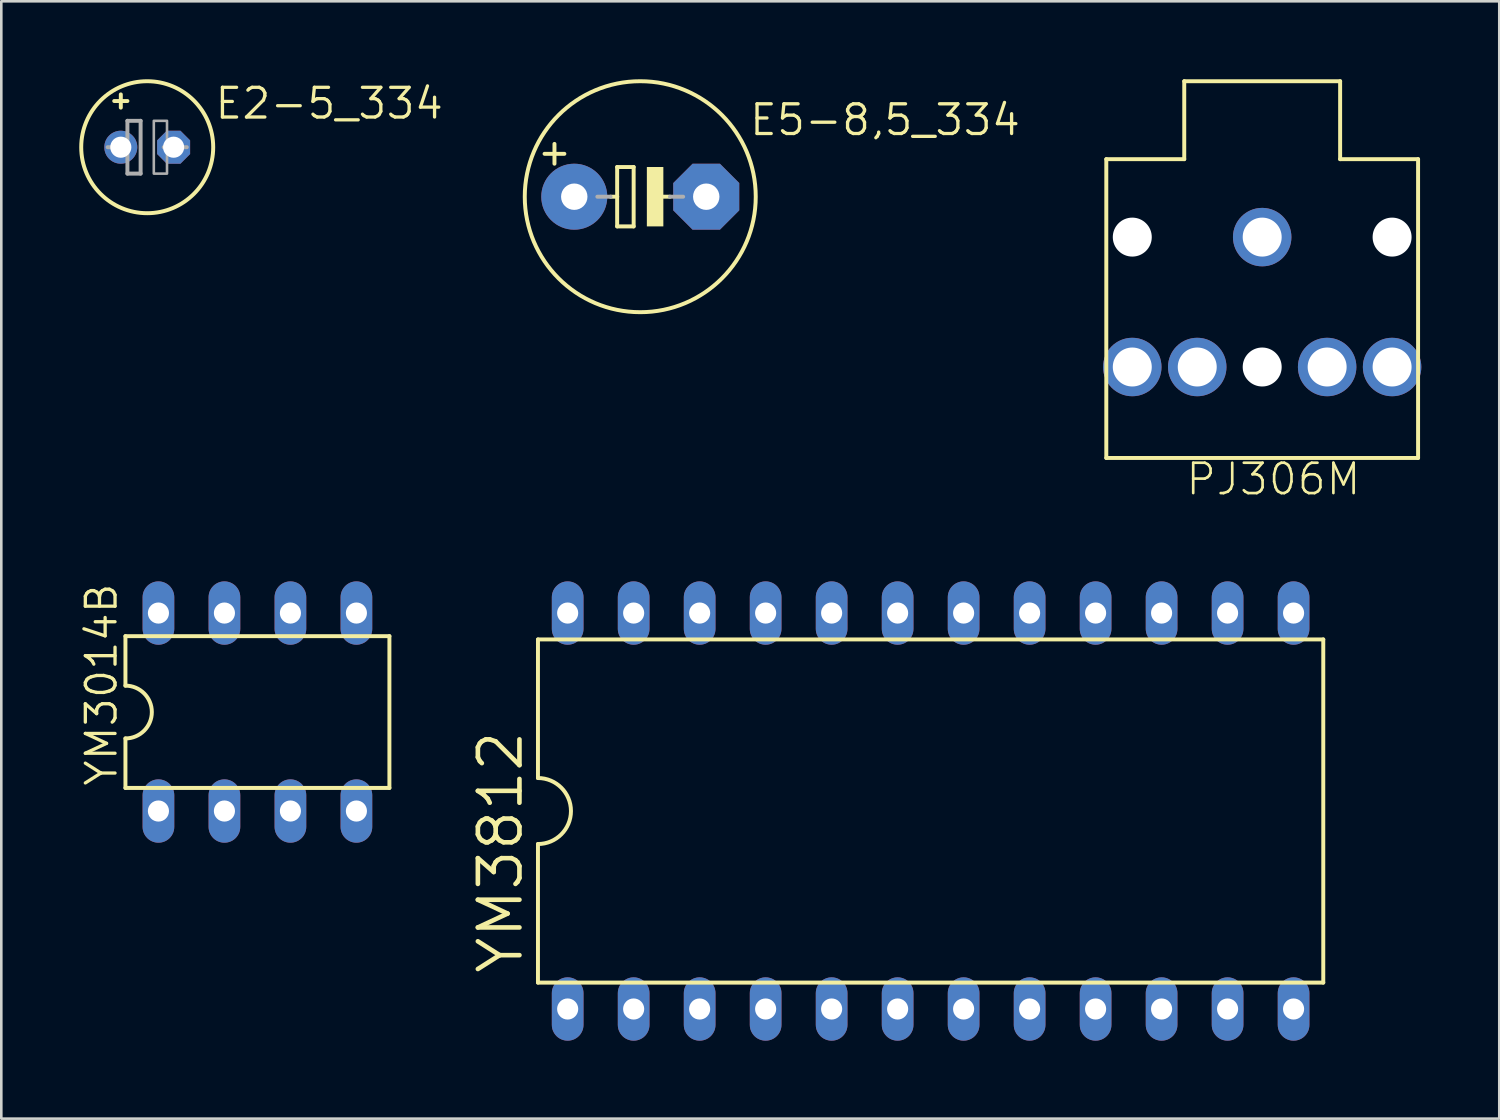
<source format=kicad_pcb>
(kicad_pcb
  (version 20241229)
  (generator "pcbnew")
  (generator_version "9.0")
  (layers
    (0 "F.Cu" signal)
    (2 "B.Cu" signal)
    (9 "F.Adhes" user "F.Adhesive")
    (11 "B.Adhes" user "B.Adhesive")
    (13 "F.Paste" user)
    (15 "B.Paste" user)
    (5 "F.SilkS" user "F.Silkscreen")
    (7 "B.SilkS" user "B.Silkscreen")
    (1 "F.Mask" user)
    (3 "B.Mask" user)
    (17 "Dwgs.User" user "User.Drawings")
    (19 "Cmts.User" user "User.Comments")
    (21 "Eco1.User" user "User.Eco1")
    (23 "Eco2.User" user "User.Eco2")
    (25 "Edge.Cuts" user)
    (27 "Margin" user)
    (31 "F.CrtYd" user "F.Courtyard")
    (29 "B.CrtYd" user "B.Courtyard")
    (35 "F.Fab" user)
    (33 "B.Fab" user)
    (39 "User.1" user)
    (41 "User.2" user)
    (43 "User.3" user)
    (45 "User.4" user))
  (footprint "PJ306M"
    (layer "F.Cu")
    (at 39.531 14.576)
    (property "Reference" "PJ306M" (at 3 1.5 0) (layer "F.SilkS") (effects (font (size 1.168 1.168) (thickness 0.102)) (justify left bottom)))
    (fp_line (start 0 -11.5) (end 3 -11.5) (stroke (width 0.152) (type solid)) (layer "F.SilkS"))
    (fp_line (start 0 0) (end 0 -11.5) (stroke (width 0.152) (type solid)) (layer "F.SilkS"))
    (fp_line (start 3 -14.5) (end 9 -14.5) (stroke (width 0.152) (type solid)) (layer "F.SilkS"))
    (fp_line (start 3 -11.5) (end 3 -14.5) (stroke (width 0.152) (type solid)) (layer "F.SilkS"))
    (fp_line (start 9 -14.5) (end 9 -11.5) (stroke (width 0.152) (type solid)) (layer "F.SilkS"))
    (fp_line (start 9 -11.5) (end 12 -11.5) (stroke (width 0.152) (type solid)) (layer "F.SilkS"))
    (fp_line (start 12 -11.5) (end 12 0) (stroke (width 0.152) (type solid)) (layer "F.SilkS"))
    (fp_line (start 12 0) (end 0 0) (stroke (width 0.152) (type solid)) (layer "F.SilkS"))
    (pad "" np_thru_hole circle (at 1 -8.5) (size 1.5 1.5) (drill 1.5) (layers "*.Cu" "*.Mask"))
    (pad "" np_thru_hole circle (at 6 -3.5) (size 1.5 1.5) (drill 1.5) (layers "*.Cu" "*.Mask"))
    (pad "" np_thru_hole circle (at 11 -8.5) (size 1.5 1.5) (drill 1.5) (layers "*.Cu" "*.Mask"))
    (pad "1" thru_hole circle (at 6 -8.5 180) (size 2.25 2.25) (drill 1.5) (layers "*.Cu" "*.Mask"))
    (pad "2" thru_hole circle (at 11 -3.5 180) (size 2.25 2.25) (drill 1.5) (layers "*.Cu" "*.Mask"))
    (pad "3" thru_hole circle (at 8.5 -3.5 180) (size 2.25 2.25) (drill 1.5) (layers "*.Cu" "*.Mask"))
    (pad "4" thru_hole circle (at 3.5 -3.5 180) (size 2.25 2.25) (drill 1.5) (layers "*.Cu" "*.Mask"))
    (pad "5" thru_hole circle (at 1 -3.5 180) (size 2.25 2.25) (drill 1.5) (layers "*.Cu" "*.Mask")))
  (footprint "E5-8,5_334"
    (layer "F.Cu")
    (at 21.593 4.521)
    (property "Reference" "E5-8,5_334" (at 4.14 -2.286 0) (layer "F.SilkS") (effects (font (size 1.143 1.143) (thickness 0.127)) (justify left bottom)))
    (fp_line (start -3.683 -1.651) (end -2.921 -1.651) (stroke (width 0.152) (type solid)) (layer "F.SilkS"))
    (fp_line (start -3.302 -2.032) (end -3.302 -1.27) (stroke (width 0.152) (type solid)) (layer "F.SilkS"))
    (fp_line (start -1.143 0) (end -0.889 0) (stroke (width 0.152) (type solid)) (layer "F.SilkS"))
    (fp_line (start -0.889 -1.143) (end -0.889 0) (stroke (width 0.152) (type solid)) (layer "F.SilkS"))
    (fp_line (start -0.889 0) (end -0.889 1.143) (stroke (width 0.152) (type solid)) (layer "F.SilkS"))
    (fp_line (start -0.889 1.143) (end -0.254 1.143) (stroke (width 0.152) (type solid)) (layer "F.SilkS"))
    (fp_line (start -0.254 -1.143) (end -0.889 -1.143) (stroke (width 0.152) (type solid)) (layer "F.SilkS"))
    (fp_line (start -0.254 1.143) (end -0.254 -1.143) (stroke (width 0.152) (type solid)) (layer "F.SilkS"))
    (fp_line (start 0.635 0) (end 1.143 0) (stroke (width 0.152) (type solid)) (layer "F.SilkS"))
    (fp_circle (center 0 0) (end 4.445 0) (stroke (width 0.152) (type solid)) (fill no) (layer "F.SilkS"))
    (fp_poly (pts (xy 0.254 1.143) (xy 0.889 1.143) (xy 0.889 -1.143) (xy 0.254 -1.143)) (stroke (width 0) (type default)) (fill yes) (layer "F.SilkS"))
    (fp_line (start -1.651 0) (end -1.143 0) (stroke (width 0.152) (type solid)) (layer "F.Fab"))
    (fp_line (start 1.143 0) (end 1.651 0) (stroke (width 0.152) (type solid)) (layer "F.Fab"))
    (pad "+" thru_hole circle (at -2.54 0) (size 2.54 2.54) (drill 1.016) (layers "*.Cu" "*.Mask"))
    (pad "-" thru_hole roundrect (at 2.54 0) (size 2.54 2.54) (drill 1.016) (layers "*.Cu" "*.Mask") (roundrect_rratio 0.25) (chamfer_ratio 0.293) (chamfer top_left top_right bottom_left bottom_right)))
  (footprint "YM3014B"
    (layer "F.Cu")
    (at 6.858 24.356)
    (property "Reference" "YM3014B" (at -5.334 2.921 90) (layer "F.SilkS") (effects (font (size 1.143 1.143) (thickness 0.127)) (justify left bottom)))
    (fp_line (start -5.08 -2.921) (end -5.08 -1.016) (stroke (width 0.152) (type solid)) (layer "F.SilkS"))
    (fp_line (start -5.08 2.921) (end -5.08 1.016) (stroke (width 0.152) (type solid)) (layer "F.SilkS"))
    (fp_line (start -5.08 2.921) (end 5.08 2.921) (stroke (width 0.152) (type solid)) (layer "F.SilkS"))
    (fp_line (start 5.08 -2.921) (end -5.08 -2.921) (stroke (width 0.152) (type solid)) (layer "F.SilkS"))
    (fp_line (start 5.08 -2.921) (end 5.08 2.921) (stroke (width 0.152) (type solid)) (layer "F.SilkS"))
    (fp_arc (start -5.08 -1.016) (mid -4.064 0) (end -5.08 1.016) (stroke (width 0.1524) (type solid)) (layer "F.SilkS"))
    (pad "BUFF" thru_hole oval (at -1.27 3.81 90) (size 2.438 1.219) (drill 0.813) (layers "*.Cu" "*.Mask"))
    (pad "CLK" thru_hole oval (at 3.81 -3.81 90) (size 2.438 1.219) (drill 0.813) (layers "*.Cu" "*.Mask"))
    (pad "GND" thru_hole oval (at 1.27 -3.81 90) (size 2.438 1.219) (drill 0.813) (layers "*.Cu" "*.Mask"))
    (pad "LOAD" thru_hole oval (at 1.27 3.81 90) (size 2.438 1.219) (drill 0.813) (layers "*.Cu" "*.Mask"))
    (pad "MP" thru_hole oval (at -3.81 -3.81 90) (size 2.438 1.219) (drill 0.813) (layers "*.Cu" "*.Mask"))
    (pad "RB" thru_hole oval (at -1.27 -3.81 90) (size 2.438 1.219) (drill 0.813) (layers "*.Cu" "*.Mask"))
    (pad "SD" thru_hole oval (at 3.81 3.81 90) (size 2.438 1.219) (drill 0.813) (layers "*.Cu" "*.Mask"))
    (pad "VDD" thru_hole oval (at -3.81 3.81 90) (size 2.438 1.219) (drill 0.813) (layers "*.Cu" "*.Mask")))
  (footprint "YM3812"
    (layer "F.Cu")
    (at 32.769 28.166)
    (property "Reference" "YM3812" (at -15.621 6.35 90) (layer "F.SilkS") (effects (font (size 1.6 1.6) (thickness 0.178)) (justify left bottom)))
    (fp_line (start -15.113 -6.604) (end -15.113 -1.27) (stroke (width 0.152) (type solid)) (layer "F.SilkS"))
    (fp_line (start -15.113 -6.604) (end 15.113 -6.604) (stroke (width 0.152) (type solid)) (layer "F.SilkS"))
    (fp_line (start -15.113 1.27) (end -15.113 6.604) (stroke (width 0.152) (type solid)) (layer "F.SilkS"))
    (fp_line (start -15.113 6.604) (end 15.113 6.604) (stroke (width 0.152) (type solid)) (layer "F.SilkS"))
    (fp_line (start 15.113 6.604) (end 15.113 -6.604) (stroke (width 0.152) (type solid)) (layer "F.SilkS"))
    (fp_arc (start -15.113 -1.27) (mid -13.843 0) (end -15.113 1.27) (stroke (width 0.1524) (type solid)) (layer "F.SilkS"))
    (pad "/CS" thru_hole oval (at 1.27 7.62 90) (size 2.438 1.219) (drill 0.813) (layers "*.Cu" "*.Mask"))
    (pad "/IC" thru_hole oval (at -8.89 7.62 90) (size 2.438 1.219) (drill 0.813) (layers "*.Cu" "*.Mask"))
    (pad "/IRQ" thru_hole oval (at -11.43 7.62 90) (size 2.438 1.219) (drill 0.813) (layers "*.Cu" "*.Mask"))
    (pad "/RD" thru_hole oval (at -1.27 7.62 90) (size 2.438 1.219) (drill 0.813) (layers "*.Cu" "*.Mask"))
    (pad "/WR" thru_hole oval (at -3.81 7.62 90) (size 2.438 1.219) (drill 0.813) (layers "*.Cu" "*.Mask"))
    (pad "A0" thru_hole oval (at -6.35 7.62 90) (size 2.438 1.219) (drill 0.813) (layers "*.Cu" "*.Mask"))
    (pad "D0" thru_hole oval (at 8.89 7.62 90) (size 2.438 1.219) (drill 0.813) (layers "*.Cu" "*.Mask"))
    (pad "D1" thru_hole oval (at 11.43 7.62 90) (size 2.438 1.219) (drill 0.813) (layers "*.Cu" "*.Mask"))
    (pad "D2" thru_hole oval (at 13.97 -7.62 90) (size 2.438 1.219) (drill 0.813) (layers "*.Cu" "*.Mask"))
    (pad "D3" thru_hole oval (at 11.43 -7.62 90) (size 2.438 1.219) (drill 0.813) (layers "*.Cu" "*.Mask"))
    (pad "D4" thru_hole oval (at 8.89 -7.62 90) (size 2.438 1.219) (drill 0.813) (layers "*.Cu" "*.Mask"))
    (pad "D5" thru_hole oval (at 6.35 -7.62 90) (size 2.438 1.219) (drill 0.813) (layers "*.Cu" "*.Mask"))
    (pad "D6" thru_hole oval (at 3.81 -7.62 90) (size 2.438 1.219) (drill 0.813) (layers "*.Cu" "*.Mask"))
    (pad "D7" thru_hole oval (at 1.27 -7.62 90) (size 2.438 1.219) (drill 0.813) (layers "*.Cu" "*.Mask"))
    (pad "GND" thru_hole oval (at 13.97 7.62 90) (size 2.438 1.219) (drill 0.813) (layers "*.Cu" "*.Mask"))
    (pad "M" thru_hole oval (at -13.97 -7.62 90) (size 2.438 1.219) (drill 0.813) (layers "*.Cu" "*.Mask"))
    (pad "MO" thru_hole oval (at -6.35 -7.62 90) (size 2.438 1.219) (drill 0.813) (layers "*.Cu" "*.Mask"))
    (pad "NC@1" thru_hole oval (at 3.81 7.62 90) (size 2.438 1.219) (drill 0.813) (layers "*.Cu" "*.Mask"))
    (pad "NC@2" thru_hole oval (at 6.35 7.62 90) (size 2.438 1.219) (drill 0.813) (layers "*.Cu" "*.Mask"))
    (pad "NC@3" thru_hole oval (at -1.27 -7.62 90) (size 2.438 1.219) (drill 0.813) (layers "*.Cu" "*.Mask"))
    (pad "NC@4" thru_hole oval (at -8.89 -7.62 90) (size 2.438 1.219) (drill 0.813) (layers "*.Cu" "*.Mask"))
    (pad "SH" thru_hole oval (at -3.81 -7.62 90) (size 2.438 1.219) (drill 0.813) (layers "*.Cu" "*.Mask"))
    (pad "SY" thru_hole oval (at -11.43 -7.62 90) (size 2.438 1.219) (drill 0.813) (layers "*.Cu" "*.Mask"))
    (pad "VCC" thru_hole oval (at -13.97 7.62 90) (size 2.438 1.219) (drill 0.813) (layers "*.Cu" "*.Mask")))
  (footprint "E2-5_334"
    (layer "F.Cu")
    (at 2.616 2.616)
    (property "Reference" "E2-5_334" (at 2.54 -1.016 0) (layer "F.SilkS") (effects (font (size 1.143 1.143) (thickness 0.127)) (justify left bottom)))
    (fp_line (start -1.27 -1.778) (end -0.762 -1.778) (stroke (width 0.152) (type solid)) (layer "F.SilkS"))
    (fp_line (start -1.016 -1.524) (end -1.016 -2.032) (stroke (width 0.152) (type solid)) (layer "F.SilkS"))
    (fp_circle (center 0 0) (end 2.54 0) (stroke (width 0.152) (type solid)) (fill no) (layer "F.SilkS"))
    (fp_line (start -1.524 0) (end -0.762 0) (stroke (width 0.152) (type solid)) (layer "F.Fab"))
    (fp_line (start -0.762 -1.016) (end -0.762 0) (stroke (width 0.152) (type solid)) (layer "F.Fab"))
    (fp_line (start -0.762 0) (end -0.762 1.016) (stroke (width 0.152) (type solid)) (layer "F.Fab"))
    (fp_line (start -0.762 1.016) (end -0.254 1.016) (stroke (width 0.152) (type solid)) (layer "F.Fab"))
    (fp_line (start -0.254 -1.016) (end -0.762 -1.016) (stroke (width 0.152) (type solid)) (layer "F.Fab"))
    (fp_line (start -0.254 1.016) (end -0.254 -1.016) (stroke (width 0.152) (type solid)) (layer "F.Fab"))
    (fp_line (start 0.635 0) (end 1.524 0) (stroke (width 0.152) (type solid)) (layer "F.Fab"))
    (fp_poly (pts (xy 0.254 1.016) (xy 0.762 1.016) (xy 0.762 -1.016) (xy 0.254 -1.016)) (stroke (width 0.1) (type default)) (fill no) (layer "F.Fab"))
    (pad "+" thru_hole circle (at -1.016 0) (size 1.27 1.27) (drill 0.813) (layers "*.Cu" "*.Mask"))
    (pad "-" thru_hole roundrect (at 1.016 0) (size 1.27 1.27) (drill 0.813) (layers "*.Cu" "*.Mask") (roundrect_rratio 0.25) (chamfer_ratio 0.293) (chamfer top_left top_right bottom_left bottom_right)))
  (gr_rect
    (start -3 -3)
    (end 54.656 40.005)
    (stroke (width 0.1) (type default))
    (fill no)
    (layer "Edge.Cuts")))
</source>
